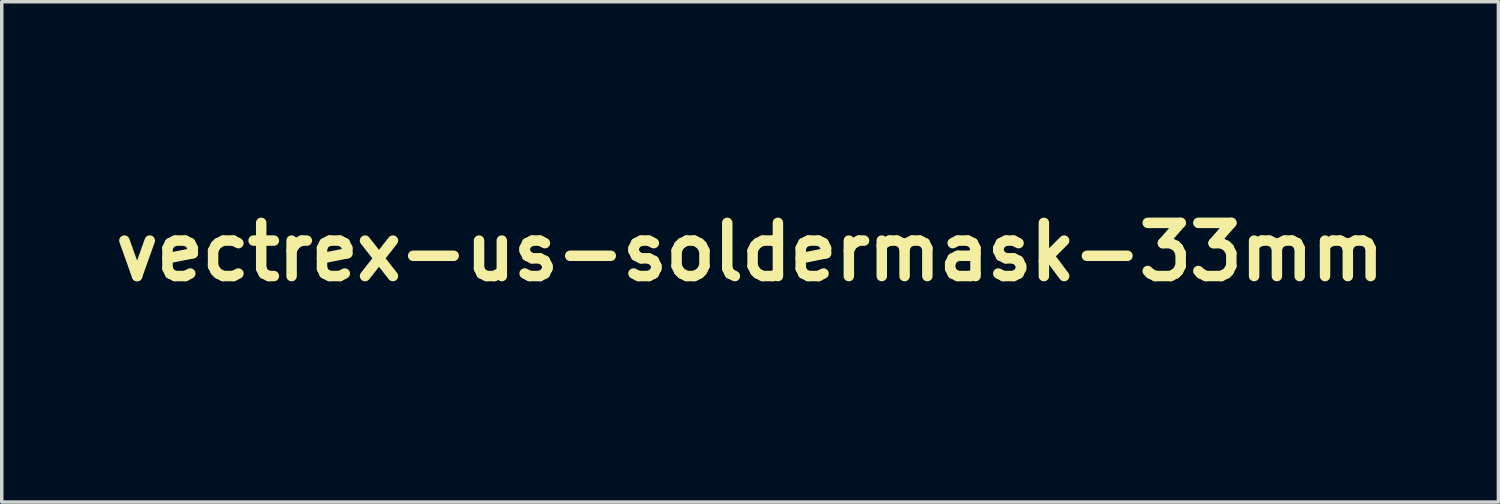
<source format=kicad_pcb>
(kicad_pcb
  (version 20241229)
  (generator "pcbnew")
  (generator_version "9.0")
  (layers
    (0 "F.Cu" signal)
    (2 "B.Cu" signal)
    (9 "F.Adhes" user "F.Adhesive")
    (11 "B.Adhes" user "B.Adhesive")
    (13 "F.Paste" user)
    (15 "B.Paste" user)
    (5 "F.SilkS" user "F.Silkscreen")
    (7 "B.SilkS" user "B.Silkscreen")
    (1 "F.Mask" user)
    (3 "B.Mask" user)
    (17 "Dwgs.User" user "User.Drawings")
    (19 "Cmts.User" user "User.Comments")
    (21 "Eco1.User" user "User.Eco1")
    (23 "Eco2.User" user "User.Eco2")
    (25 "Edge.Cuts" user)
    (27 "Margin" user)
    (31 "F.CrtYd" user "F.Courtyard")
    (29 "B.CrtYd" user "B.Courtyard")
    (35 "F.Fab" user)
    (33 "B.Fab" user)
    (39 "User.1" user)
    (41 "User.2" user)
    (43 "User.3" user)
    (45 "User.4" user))
  (footprint "vectrex-us-soldermask-33mm"
    (layer "F.Cu")
    (at 18.44 4.17)
    (property "Reference" "vectrex-us-soldermask-33mm" (at 0 0 0) (layer "F.SilkS") (effects (font (size 1.524 1.524) (thickness 0.3))))
    (attr through_hole)
    (fp_poly (pts (xy 5.268 -0.299) (xy 5.47 -0.296) (xy 5.638 -0.293) (xy 5.765 -0.288) (xy 5.841 -0.282) (xy 5.859 -0.278) (xy 5.837 -0.249) (xy 5.774 -0.18) (xy 5.677 -0.076) (xy 5.551 0.054) (xy 5.405 0.206) (xy 5.28 0.333) (xy 5.119 0.499) (xy 4.973 0.652) (xy 4.85 0.787) (xy 4.755 0.894) (xy 4.695 0.967) (xy 4.678 0.995) (xy 4.677 1.093) (xy 4.729 1.176) (xy 4.819 1.225) (xy 4.874 1.232) (xy 4.908 1.228) (xy 4.946 1.215) (xy 4.992 1.188) (xy 5.052 1.14) (xy 5.131 1.069) (xy 5.236 0.968) (xy 5.37 0.833) (xy 5.54 0.658) (xy 5.727 0.466) (xy 6.467 -0.3) (xy 7.228 -0.3) (xy 7.445 -0.299) (xy 7.638 -0.296) (xy 7.797 -0.291) (xy 7.914 -0.285) (xy 7.978 -0.279) (xy 7.988 -0.275) (xy 7.967 -0.244) (xy 7.907 -0.169) (xy 7.815 -0.057) (xy 7.696 0.086) (xy 7.555 0.254) (xy 7.397 0.44) (xy 7.346 0.499) (xy 6.705 1.248) (xy 5.626 1.267) (xy 5.626 4.095) (xy 4.228 4.095) (xy 4.228 -0.3) (xy 5.043 -0.3) (xy 5.268 -0.299)) (stroke (width 0.01) (type solid)) (fill yes) (layer "F.Mask"))
    (fp_poly (pts (xy 3.204 -2.94) (xy 3.212 -1.714) (xy 5.44 -1.681) (xy 4.743 -0.958) (xy 4.045 -0.235) (xy 3.62 -0.234) (xy 3.196 -0.233) (xy 3.196 4.095) (xy 1.798 4.095) (xy 1.798 -0.08) (xy 2.23 -0.517) (xy 2.394 -0.685) (xy 2.514 -0.813) (xy 2.595 -0.909) (xy 2.643 -0.979) (xy 2.662 -1.028) (xy 2.663 -1.041) (xy 2.635 -1.146) (xy 2.557 -1.213) (xy 2.461 -1.232) (xy 2.42 -1.224) (xy 2.366 -1.198) (xy 2.294 -1.147) (xy 2.196 -1.068) (xy 2.067 -0.955) (xy 1.899 -0.802) (xy 1.823 -0.732) (xy 1.283 -0.233) (xy 0.564 -0.233) (xy 0.352 -0.234) (xy 0.162 -0.236) (xy 0.006 -0.24) (xy -0.107 -0.245) (xy -0.168 -0.25) (xy -0.175 -0.253) (xy -0.159 -0.282) (xy -0.104 -0.354) (xy -0.014 -0.464) (xy 0.104 -0.606) (xy 0.246 -0.773) (xy 0.406 -0.959) (xy 0.495 -1.06) (xy 0.735 -1.334) (xy 0.983 -1.618) (xy 1.236 -1.908) (xy 1.489 -2.197) (xy 1.737 -2.482) (xy 1.978 -2.758) (xy 2.206 -3.02) (xy 2.418 -3.263) (xy 2.609 -3.483) (xy 2.775 -3.675) (xy 2.913 -3.833) (xy 3.017 -3.954) (xy 3.084 -4.032) (xy 3.104 -4.055) (xy 3.195 -4.165) (xy 3.204 -2.94)) (stroke (width 0.01) (type solid)) (fill yes) (layer "F.Mask"))
    (fp_poly (pts (xy -0.462 -0.261) (xy -0.114 -0.157) (xy 0.212 -0.001) (xy 0.502 0.202) (xy 0.533 0.229) (xy 0.682 0.362) (xy -0.41 1.459) (xy -0.542 1.371) (xy -0.646 1.316) (xy -0.761 1.285) (xy -0.895 1.273) (xy -1.098 1.285) (xy -1.264 1.347) (xy -1.406 1.466) (xy -1.48 1.559) (xy -1.539 1.654) (xy -1.569 1.741) (xy -1.58 1.85) (xy -1.581 1.914) (xy -1.576 2.044) (xy -1.555 2.137) (xy -1.51 2.224) (xy -1.48 2.269) (xy -1.334 2.427) (xy -1.162 2.525) (xy -0.961 2.562) (xy -0.934 2.563) (xy -0.718 2.534) (xy -0.537 2.451) (xy -0.396 2.315) (xy -0.299 2.132) (xy -0.27 2.033) (xy -0.255 1.982) (xy -0.23 1.929) (xy -0.189 1.867) (xy -0.126 1.79) (xy -0.035 1.69) (xy 0.09 1.56) (xy 0.254 1.394) (xy 0.339 1.309) (xy 0.499 1.15) (xy 0.646 1.009) (xy 0.77 0.891) (xy 0.867 0.804) (xy 0.929 0.753) (xy 0.948 0.743) (xy 0.989 0.784) (xy 1.041 0.874) (xy 1.1 1) (xy 1.158 1.149) (xy 1.21 1.306) (xy 1.237 1.402) (xy 1.292 1.752) (xy 1.286 2.111) (xy 1.223 2.467) (xy 1.106 2.81) (xy 0.937 3.129) (xy 0.721 3.415) (xy 0.572 3.563) (xy 0.274 3.788) (xy -0.057 3.96) (xy -0.41 4.077) (xy -0.776 4.135) (xy -1.143 4.131) (xy -1.203 4.124) (xy -1.567 4.045) (xy -1.908 3.906) (xy -2.221 3.714) (xy -2.5 3.475) (xy -2.737 3.193) (xy -2.927 2.875) (xy -3.062 2.527) (xy -3.08 2.463) (xy -3.117 2.256) (xy -3.135 2.012) (xy -3.132 1.758) (xy -3.11 1.52) (xy -3.08 1.365) (xy -2.953 1.007) (xy -2.771 0.681) (xy -2.54 0.392) (xy -2.265 0.146) (xy -1.953 -0.053) (xy -1.608 -0.199) (xy -1.238 -0.288) (xy -1.175 -0.296) (xy -0.82 -0.309) (xy -0.462 -0.261)) (stroke (width 0.01) (type solid)) (fill yes) (layer "F.Mask"))
    (fp_poly (pts (xy -5.175 -0.254) (xy -4.917 -0.177) (xy -4.575 -0.021) (xy -4.27 0.19) (xy -4.136 0.311) (xy -3.961 0.481) (xy -4.968 1.49) (xy -5.22 1.743) (xy -5.428 1.953) (xy -5.595 2.124) (xy -5.724 2.26) (xy -5.818 2.364) (xy -5.882 2.439) (xy -5.918 2.49) (xy -5.93 2.52) (xy -5.926 2.53) (xy -5.866 2.548) (xy -5.766 2.56) (xy -5.683 2.563) (xy -5.466 2.535) (xy -5.285 2.452) (xy -5.144 2.315) (xy -5.045 2.128) (xy -5.025 2.064) (xy -5.006 2.01) (xy -4.974 1.952) (xy -4.924 1.882) (xy -4.85 1.794) (xy -4.746 1.681) (xy -4.607 1.536) (xy -4.427 1.352) (xy -4.398 1.323) (xy -4.237 1.161) (xy -4.091 1.016) (xy -3.967 0.895) (xy -3.871 0.803) (xy -3.811 0.747) (xy -3.792 0.732) (xy -3.766 0.761) (xy -3.724 0.838) (xy -3.673 0.948) (xy -3.619 1.077) (xy -3.568 1.209) (xy -3.528 1.33) (xy -3.514 1.38) (xy -3.483 1.555) (xy -3.466 1.77) (xy -3.464 2.001) (xy -3.477 2.223) (xy -3.504 2.411) (xy -3.512 2.448) (xy -3.635 2.801) (xy -3.814 3.127) (xy -4.043 3.419) (xy -4.316 3.671) (xy -4.625 3.874) (xy -4.918 4.006) (xy -5.027 4.039) (xy -5.168 4.074) (xy -5.323 4.107) (xy -5.474 4.134) (xy -5.604 4.152) (xy -5.697 4.159) (xy -5.725 4.157) (xy -5.765 4.151) (xy -5.851 4.139) (xy -5.953 4.125) (xy -6.326 4.045) (xy -6.672 3.904) (xy -6.988 3.702) (xy -7.224 3.495) (xy -7.431 3.266) (xy -7.591 3.039) (xy -7.717 2.791) (xy -7.782 2.624) (xy -7.818 2.518) (xy -7.842 2.423) (xy -7.857 2.322) (xy -7.865 2.198) (xy -7.869 2.035) (xy -7.869 1.941) (xy -6.325 1.941) (xy -6.321 2.043) (xy -6.311 2.112) (xy -6.301 2.131) (xy -6.27 2.108) (xy -6.201 2.046) (xy -6.101 1.952) (xy -5.979 1.833) (xy -5.868 1.723) (xy -5.735 1.589) (xy -5.62 1.47) (xy -5.53 1.375) (xy -5.475 1.313) (xy -5.46 1.29) (xy -5.49 1.277) (xy -5.569 1.268) (xy -5.669 1.265) (xy -5.883 1.294) (xy -6.06 1.376) (xy -6.195 1.507) (xy -6.285 1.681) (xy -6.324 1.894) (xy -6.325 1.941) (xy -7.869 1.941) (xy -7.869 1.914) (xy -7.868 1.72) (xy -7.863 1.575) (xy -7.852 1.463) (xy -7.833 1.366) (xy -7.804 1.268) (xy -7.782 1.204) (xy -7.669 0.933) (xy -7.531 0.696) (xy -7.354 0.471) (xy -7.224 0.333) (xy -6.935 0.088) (xy -6.616 -0.101) (xy -6.274 -0.23) (xy -5.915 -0.3) (xy -5.547 -0.309) (xy -5.175 -0.254)) (stroke (width 0.01) (type solid)) (fill yes) (layer "F.Mask"))
    (fp_poly (pts (xy -12.118 -1.997) (xy -11.636 -1.997) (xy -11.177 -1.996) (xy -10.745 -1.995) (xy -10.344 -1.994) (xy -9.979 -1.992) (xy -9.653 -1.99) (xy -9.371 -1.988) (xy -9.137 -1.986) (xy -8.955 -1.984) (xy -8.83 -1.981) (xy -8.764 -1.979) (xy -8.755 -1.978) (xy -8.778 -1.951) (xy -8.844 -1.881) (xy -8.948 -1.772) (xy -9.088 -1.627) (xy -9.259 -1.451) (xy -9.458 -1.248) (xy -9.679 -1.021) (xy -9.921 -0.775) (xy -10.178 -0.513) (xy -10.278 -0.411) (xy -10.542 -0.143) (xy -10.793 0.114) (xy -11.027 0.355) (xy -11.239 0.575) (xy -11.426 0.771) (xy -11.584 0.937) (xy -11.709 1.07) (xy -11.796 1.166) (xy -11.841 1.221) (xy -11.847 1.229) (xy -11.869 1.339) (xy -11.837 1.439) (xy -11.763 1.517) (xy -11.659 1.558) (xy -11.545 1.553) (xy -11.506 1.526) (xy -11.423 1.452) (xy -11.299 1.336) (xy -11.137 1.178) (xy -10.938 0.983) (xy -10.705 0.751) (xy -10.44 0.485) (xy -10.146 0.188) (xy -9.826 -0.137) (xy -9.734 -0.231) (xy -8.006 -1.995) (xy -6.905 -1.996) (xy -6.641 -1.996) (xy -6.398 -1.994) (xy -6.185 -1.992) (xy -6.009 -1.989) (xy -5.879 -1.986) (xy -5.802 -1.981) (xy -5.784 -1.978) (xy -5.804 -1.952) (xy -5.864 -1.879) (xy -5.962 -1.764) (xy -6.093 -1.61) (xy -6.256 -1.421) (xy -6.447 -1.2) (xy -6.662 -0.951) (xy -6.899 -0.679) (xy -7.153 -0.386) (xy -7.422 -0.077) (xy -7.703 0.245) (xy -7.992 0.577) (xy -8.286 0.913) (xy -8.582 1.252) (xy -8.877 1.589) (xy -9.167 1.92) (xy -9.449 2.241) (xy -9.719 2.55) (xy -9.976 2.842) (xy -10.214 3.113) (xy -10.432 3.36) (xy -10.626 3.579) (xy -10.792 3.766) (xy -10.928 3.918) (xy -11.03 4.031) (xy -11.094 4.102) (xy -11.119 4.125) (xy -11.142 4.101) (xy -11.207 4.03) (xy -11.311 3.914) (xy -11.45 3.758) (xy -11.622 3.564) (xy -11.825 3.335) (xy -12.056 3.074) (xy -12.311 2.785) (xy -12.589 2.47) (xy -12.887 2.132) (xy -13.202 1.774) (xy -13.53 1.4) (xy -13.799 1.095) (xy -14.137 0.709) (xy -14.463 0.337) (xy -14.775 -0.018) (xy -15.068 -0.353) (xy -15.341 -0.665) (xy -15.592 -0.951) (xy -15.816 -1.208) (xy -16.012 -1.433) (xy -16.177 -1.623) (xy -16.308 -1.774) (xy -16.403 -1.884) (xy -16.458 -1.949) (xy -16.473 -1.967) (xy -16.442 -1.972) (xy -16.347 -1.976) (xy -16.192 -1.98) (xy -15.98 -1.983) (xy -15.713 -1.986) (xy -15.395 -1.989) (xy -15.029 -1.992) (xy -14.617 -1.994) (xy -14.164 -1.995) (xy -13.672 -1.996) (xy -13.144 -1.997) (xy -12.62 -1.997) (xy -12.118 -1.997)) (stroke (width 0.01) (type solid)) (fill yes) (layer "F.Mask"))
    (fp_poly (pts (xy 9.797 -0.283) (xy 10.145 -0.196) (xy 10.478 -0.051) (xy 10.791 0.153) (xy 10.911 0.252) (xy 11.006 0.342) (xy 11.079 0.418) (xy 11.116 0.468) (xy 11.119 0.477) (xy 11.096 0.508) (xy 11.031 0.581) (xy 10.928 0.69) (xy 10.793 0.832) (xy 10.63 1) (xy 10.444 1.189) (xy 10.24 1.395) (xy 10.128 1.507) (xy 9.879 1.758) (xy 9.673 1.966) (xy 9.509 2.134) (xy 9.382 2.268) (xy 9.289 2.37) (xy 9.228 2.443) (xy 9.193 2.493) (xy 9.183 2.521) (xy 9.188 2.53) (xy 9.247 2.548) (xy 9.348 2.559) (xy 9.439 2.563) (xy 9.575 2.556) (xy 9.678 2.529) (xy 9.785 2.472) (xy 9.792 2.467) (xy 9.914 2.363) (xy 10.012 2.229) (xy 10.073 2.088) (xy 10.087 1.997) (xy 10.101 1.956) (xy 10.148 1.888) (xy 10.23 1.791) (xy 10.35 1.66) (xy 10.513 1.491) (xy 10.677 1.325) (xy 10.839 1.163) (xy 10.987 1.019) (xy 11.114 0.899) (xy 11.213 0.809) (xy 11.278 0.756) (xy 11.301 0.743) (xy 11.346 0.785) (xy 11.404 0.878) (xy 11.467 1.01) (xy 11.53 1.168) (xy 11.557 1.245) (xy 11.59 1.355) (xy 11.612 1.459) (xy 11.625 1.573) (xy 11.631 1.717) (xy 11.632 1.908) (xy 11.632 1.931) (xy 11.63 2.124) (xy 11.623 2.268) (xy 11.61 2.382) (xy 11.589 2.482) (xy 11.556 2.587) (xy 11.543 2.624) (xy 11.432 2.892) (xy 11.296 3.128) (xy 11.121 3.352) (xy 10.984 3.498) (xy 10.701 3.738) (xy 10.383 3.925) (xy 10.038 4.056) (xy 9.675 4.129) (xy 9.303 4.139) (xy 9.15 4.125) (xy 8.789 4.045) (xy 8.449 3.906) (xy 8.137 3.714) (xy 7.859 3.475) (xy 7.622 3.194) (xy 7.433 2.878) (xy 7.297 2.532) (xy 7.274 2.448) (xy 7.244 2.273) (xy 7.228 2.057) (xy 7.227 1.955) (xy 8.766 1.955) (xy 8.775 2.05) (xy 8.794 2.115) (xy 8.814 2.131) (xy 8.844 2.108) (xy 8.913 2.046) (xy 9.012 1.952) (xy 9.134 1.833) (xy 9.246 1.723) (xy 9.379 1.589) (xy 9.494 1.47) (xy 9.583 1.375) (xy 9.639 1.313) (xy 9.654 1.29) (xy 9.624 1.277) (xy 9.545 1.268) (xy 9.453 1.265) (xy 9.233 1.293) (xy 9.05 1.375) (xy 8.907 1.51) (xy 8.806 1.695) (xy 8.787 1.753) (xy 8.77 1.849) (xy 8.766 1.955) (xy 7.227 1.955) (xy 7.226 1.827) (xy 7.239 1.605) (xy 7.266 1.418) (xy 7.274 1.38) (xy 7.375 1.085) (xy 7.524 0.79) (xy 7.705 0.523) (xy 7.812 0.398) (xy 8.096 0.143) (xy 8.407 -0.056) (xy 8.741 -0.198) (xy 9.088 -0.284) (xy 9.442 -0.312) (xy 9.797 -0.283)) (stroke (width 0.01) (type solid)) (fill yes) (layer "F.Mask"))
    (fp_poly (pts (xy 15.948 -0.299) (xy 16.138 -0.296) (xy 16.295 -0.291) (xy 16.409 -0.285) (xy 16.47 -0.278) (xy 16.478 -0.274) (xy 16.457 -0.244) (xy 16.398 -0.169) (xy 16.304 -0.054) (xy 16.18 0.096) (xy 16.03 0.274) (xy 15.86 0.477) (xy 15.673 0.698) (xy 15.562 0.829) (xy 14.645 1.908) (xy 14.724 1.994) (xy 14.779 2.057) (xy 14.867 2.158) (xy 14.982 2.292) (xy 15.119 2.453) (xy 15.272 2.632) (xy 15.435 2.825) (xy 15.604 3.025) (xy 15.772 3.225) (xy 15.934 3.418) (xy 16.085 3.598) (xy 16.219 3.758) (xy 16.331 3.893) (xy 16.415 3.995) (xy 16.466 4.058) (xy 16.478 4.076) (xy 16.446 4.079) (xy 16.353 4.083) (xy 16.207 4.086) (xy 16.012 4.089) (xy 15.776 4.091) (xy 15.504 4.093) (xy 15.202 4.094) (xy 14.878 4.095) (xy 14.764 4.095) (xy 14.433 4.094) (xy 14.123 4.093) (xy 13.841 4.091) (xy 13.592 4.088) (xy 13.382 4.085) (xy 13.218 4.082) (xy 13.107 4.078) (xy 13.053 4.073) (xy 13.05 4.072) (xy 13.072 4.043) (xy 13.135 3.973) (xy 13.233 3.871) (xy 13.358 3.741) (xy 13.506 3.591) (xy 13.622 3.473) (xy 13.783 3.31) (xy 13.929 3.161) (xy 14.052 3.033) (xy 14.147 2.933) (xy 14.207 2.867) (xy 14.224 2.846) (xy 14.238 2.76) (xy 14.204 2.671) (xy 14.137 2.598) (xy 14.05 2.564) (xy 14.037 2.563) (xy 13.995 2.583) (xy 13.917 2.642) (xy 13.802 2.743) (xy 13.648 2.888) (xy 13.452 3.078) (xy 13.213 3.315) (xy 13.199 3.329) (xy 12.434 4.095) (xy 11.675 4.095) (xy 11.406 4.093) (xy 11.202 4.09) (xy 11.057 4.084) (xy 10.97 4.075) (xy 10.937 4.063) (xy 10.937 4.059) (xy 10.963 4.027) (xy 11.027 3.949) (xy 11.125 3.832) (xy 11.253 3.681) (xy 11.405 3.501) (xy 11.577 3.298) (xy 11.765 3.077) (xy 11.855 2.97) (xy 12.047 2.744) (xy 12.224 2.533) (xy 12.383 2.343) (xy 12.518 2.18) (xy 12.625 2.048) (xy 12.7 1.953) (xy 12.738 1.901) (xy 12.742 1.893) (xy 12.719 1.863) (xy 12.658 1.788) (xy 12.562 1.673) (xy 12.437 1.524) (xy 12.286 1.346) (xy 12.115 1.143) (xy 11.928 0.923) (xy 11.826 0.803) (xy 11.633 0.576) (xy 11.453 0.364) (xy 11.293 0.173) (xy 11.155 0.009) (xy 11.045 -0.123) (xy 10.967 -0.219) (xy 10.925 -0.272) (xy 10.919 -0.281) (xy 10.951 -0.284) (xy 11.044 -0.288) (xy 11.191 -0.291) (xy 11.385 -0.294) (xy 11.622 -0.296) (xy 11.894 -0.298) (xy 12.195 -0.299) (xy 12.52 -0.3) (xy 12.636 -0.3) (xy 13.048 -0.299) (xy 13.407 -0.297) (xy 13.711 -0.294) (xy 13.958 -0.29) (xy 14.145 -0.285) (xy 14.272 -0.279) (xy 14.335 -0.271) (xy 14.342 -0.267) (xy 14.317 -0.235) (xy 14.252 -0.162) (xy 14.153 -0.055) (xy 14.027 0.079) (xy 13.881 0.233) (xy 13.757 0.363) (xy 13.566 0.563) (xy 13.418 0.723) (xy 13.309 0.847) (xy 13.236 0.944) (xy 13.195 1.017) (xy 13.181 1.075) (xy 13.191 1.122) (xy 13.221 1.165) (xy 13.235 1.179) (xy 13.275 1.215) (xy 13.316 1.235) (xy 13.362 1.236) (xy 13.42 1.215) (xy 13.493 1.168) (xy 13.589 1.091) (xy 13.71 0.98) (xy 13.864 0.831) (xy 14.055 0.641) (xy 14.229 0.466) (xy 14.988 -0.3) (xy 15.733 -0.3) (xy 15.948 -0.299)) (stroke (width 0.01) (type solid)) (fill yes) (layer "F.Mask")))
  (gr_rect
    (start -3 -3)
    (end 39.881 11.335)
    (stroke (width 0.1) (type default))
    (fill no)
    (layer "Edge.Cuts")))
</source>
